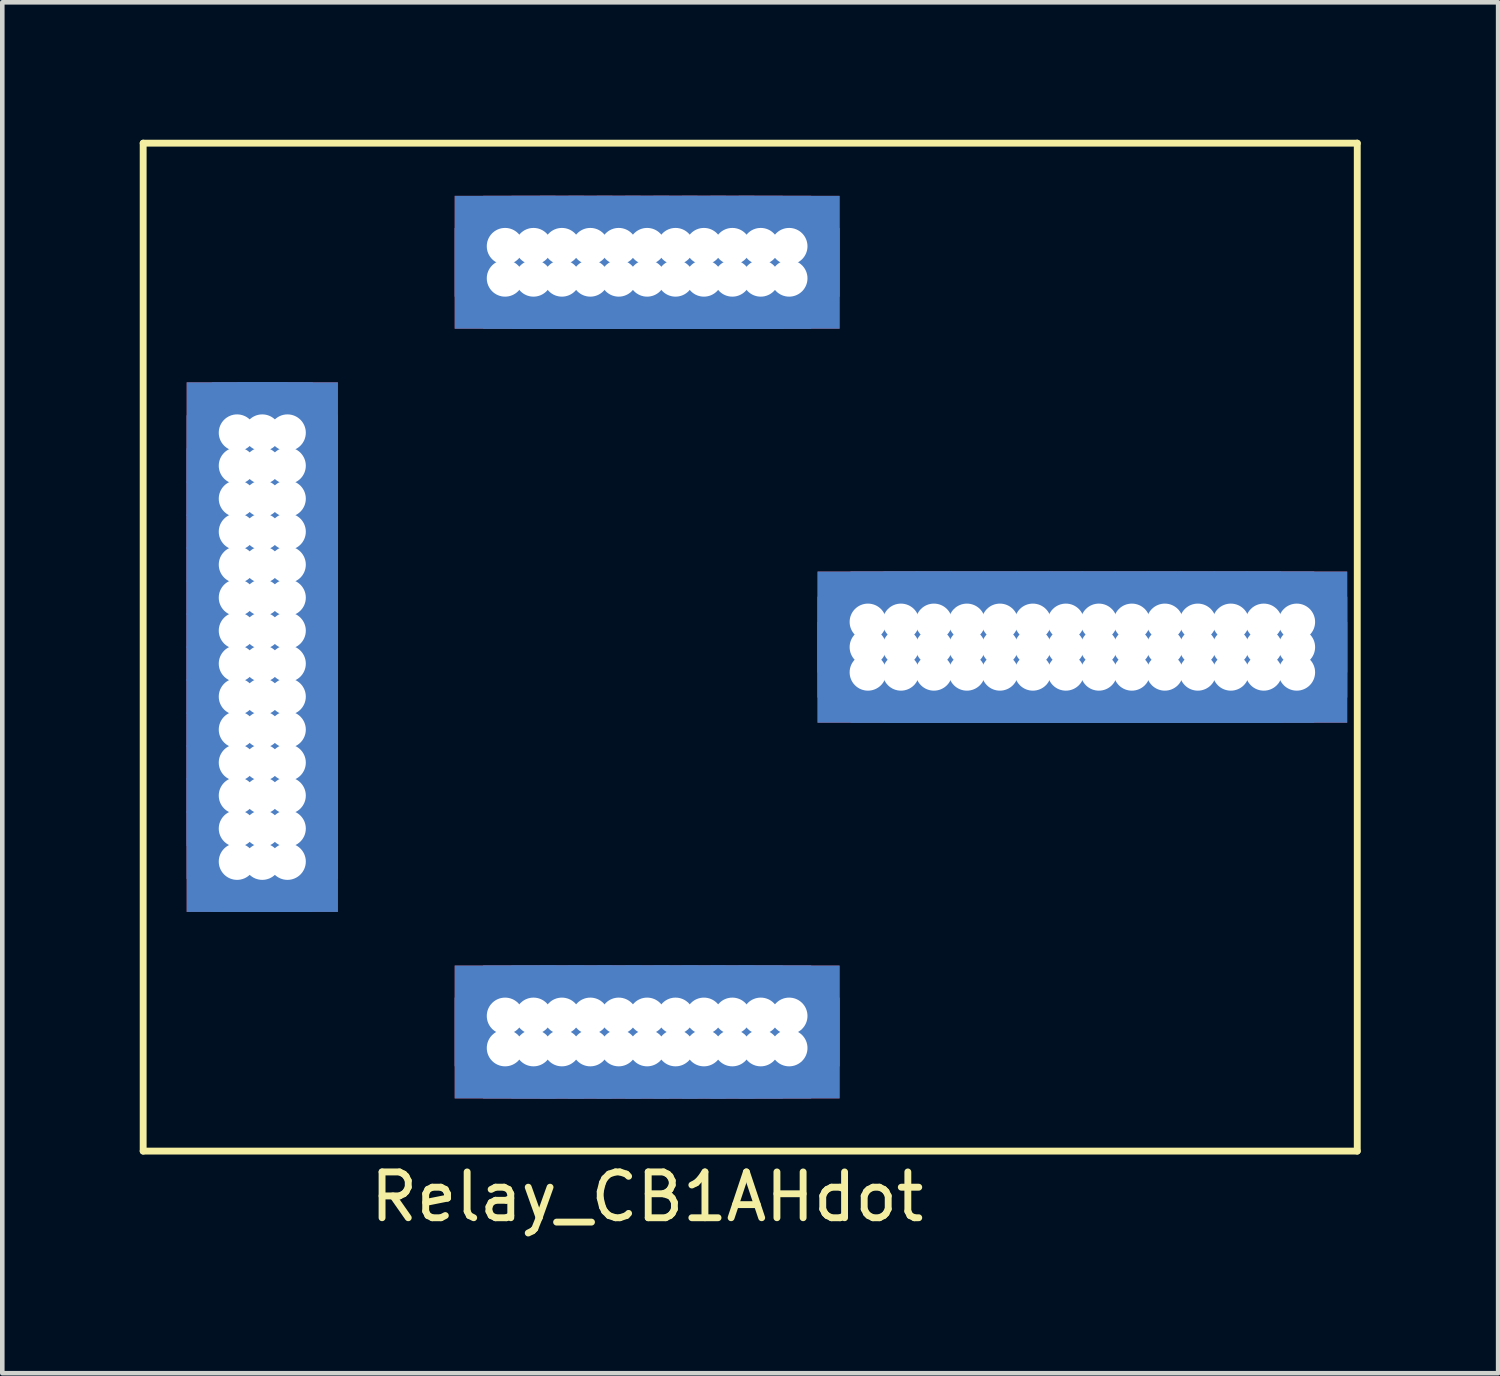
<source format=kicad_pcb>
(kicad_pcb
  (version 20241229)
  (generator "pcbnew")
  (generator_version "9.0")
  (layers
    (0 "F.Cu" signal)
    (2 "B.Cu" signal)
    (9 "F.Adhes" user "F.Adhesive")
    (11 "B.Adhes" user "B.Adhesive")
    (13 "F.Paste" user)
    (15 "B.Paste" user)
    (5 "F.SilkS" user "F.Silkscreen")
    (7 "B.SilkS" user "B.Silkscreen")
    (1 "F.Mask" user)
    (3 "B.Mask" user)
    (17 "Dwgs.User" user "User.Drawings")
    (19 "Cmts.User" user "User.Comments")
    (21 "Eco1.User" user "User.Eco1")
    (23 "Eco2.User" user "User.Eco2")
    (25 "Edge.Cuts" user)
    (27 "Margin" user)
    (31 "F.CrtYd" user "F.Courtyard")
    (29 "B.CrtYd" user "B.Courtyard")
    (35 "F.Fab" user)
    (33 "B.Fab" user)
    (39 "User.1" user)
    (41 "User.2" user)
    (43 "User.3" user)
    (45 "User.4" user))
  (footprint "Relay_CB1AHdot"
    (layer "F.Cu")
    (at 11.075 11.075)
    (property "Reference" "Relay_CB1AHdot" (at 0 12 0) (layer "F.SilkS") (effects (font (size 1 1) (thickness 0.15))))
    (attr through_hole)
    (fp_line (start -11 -11) (end 15.5 -11) (stroke (width 0.15) (type solid)) (layer "F.SilkS"))
    (fp_line (start -11 11) (end -11 -11) (stroke (width 0.15) (type solid)) (layer "F.SilkS"))
    (fp_line (start 15.5 -11) (end 15.5 11) (stroke (width 0.15) (type solid)) (layer "F.SilkS"))
    (fp_line (start 15.5 11) (end -11 11) (stroke (width 0.15) (type solid)) (layer "F.SilkS"))
    (pad "1" thru_hole rect (at -3.1 -8.75) (size 2.2 2.2) (drill 0.8) (layers "*.Cu" "*.Mask"))
    (pad "1" thru_hole rect (at -3.1 -8.05) (size 2.2 2.2) (drill 0.8) (layers "*.Cu" "*.Mask"))
    (pad "1" thru_hole rect (at -2.48 -8.75) (size 2.2 2.2) (drill 0.8) (layers "*.Cu" "*.Mask"))
    (pad "1" thru_hole rect (at -2.48 -8.05) (size 2.2 2.2) (drill 0.8) (layers "*.Cu" "*.Mask"))
    (pad "1" thru_hole rect (at -1.86 -8.75) (size 2.2 2.2) (drill 0.8) (layers "*.Cu" "*.Mask"))
    (pad "1" thru_hole rect (at -1.86 -8.05) (size 2.2 2.2) (drill 0.8) (layers "*.Cu" "*.Mask"))
    (pad "1" thru_hole rect (at -1.24 -8.75) (size 2.2 2.2) (drill 0.8) (layers "*.Cu" "*.Mask"))
    (pad "1" thru_hole rect (at -1.24 -8.05) (size 2.2 2.2) (drill 0.8) (layers "*.Cu" "*.Mask"))
    (pad "1" thru_hole rect (at -0.62 -8.75) (size 2.2 2.2) (drill 0.8) (layers "*.Cu" "*.Mask"))
    (pad "1" thru_hole rect (at -0.62 -8.05) (size 2.2 2.2) (drill 0.8) (layers "*.Cu" "*.Mask"))
    (pad "1" thru_hole rect (at 0 -8.75) (size 2.2 2.2) (drill 0.8) (layers "*.Cu" "*.Mask"))
    (pad "1" thru_hole rect (at 0 -8.05) (size 2.2 2.2) (drill 0.8) (layers "*.Cu" "*.Mask"))
    (pad "1" thru_hole rect (at 0.62 -8.75) (size 2.2 2.2) (drill 0.8) (layers "*.Cu" "*.Mask"))
    (pad "1" thru_hole rect (at 0.62 -8.05) (size 2.2 2.2) (drill 0.8) (layers "*.Cu" "*.Mask"))
    (pad "1" thru_hole rect (at 1.24 -8.75) (size 2.2 2.2) (drill 0.8) (layers "*.Cu" "*.Mask"))
    (pad "1" thru_hole rect (at 1.24 -8.05) (size 2.2 2.2) (drill 0.8) (layers "*.Cu" "*.Mask"))
    (pad "1" thru_hole rect (at 1.86 -8.75) (size 2.2 2.2) (drill 0.8) (layers "*.Cu" "*.Mask"))
    (pad "1" thru_hole rect (at 1.86 -8.05) (size 2.2 2.2) (drill 0.8) (layers "*.Cu" "*.Mask"))
    (pad "1" thru_hole rect (at 2.48 -8.75) (size 2.2 2.2) (drill 0.8) (layers "*.Cu" "*.Mask"))
    (pad "1" thru_hole rect (at 2.48 -8.05) (size 2.2 2.2) (drill 0.8) (layers "*.Cu" "*.Mask"))
    (pad "1" thru_hole rect (at 3.1 -8.75) (size 2.2 2.2) (drill 0.8) (layers "*.Cu" "*.Mask"))
    (pad "1" thru_hole rect (at 3.1 -8.05) (size 2.2 2.2) (drill 0.8) (layers "*.Cu" "*.Mask"))
    (pad "2" thru_hole rect (at -3.1 8.05) (size 2.2 2.2) (drill 0.8) (layers "*.Cu" "*.Mask"))
    (pad "2" thru_hole rect (at -3.1 8.75) (size 2.2 2.2) (drill 0.8) (layers "*.Cu" "*.Mask"))
    (pad "2" thru_hole rect (at -2.48 8.05) (size 2.2 2.2) (drill 0.8) (layers "*.Cu" "*.Mask"))
    (pad "2" thru_hole rect (at -2.48 8.75) (size 2.2 2.2) (drill 0.8) (layers "*.Cu" "*.Mask"))
    (pad "2" thru_hole rect (at -1.86 8.05) (size 2.2 2.2) (drill 0.8) (layers "*.Cu" "*.Mask"))
    (pad "2" thru_hole rect (at -1.86 8.75) (size 2.2 2.2) (drill 0.8) (layers "*.Cu" "*.Mask"))
    (pad "2" thru_hole rect (at -1.24 8.05) (size 2.2 2.2) (drill 0.8) (layers "*.Cu" "*.Mask"))
    (pad "2" thru_hole rect (at -1.24 8.75) (size 2.2 2.2) (drill 0.8) (layers "*.Cu" "*.Mask"))
    (pad "2" thru_hole rect (at -0.62 8.05) (size 2.2 2.2) (drill 0.8) (layers "*.Cu" "*.Mask"))
    (pad "2" thru_hole rect (at -0.62 8.75) (size 2.2 2.2) (drill 0.8) (layers "*.Cu" "*.Mask"))
    (pad "2" thru_hole rect (at 0 8.05) (size 2.2 2.2) (drill 0.8) (layers "*.Cu" "*.Mask"))
    (pad "2" thru_hole rect (at 0 8.75) (size 2.2 2.2) (drill 0.8) (layers "*.Cu" "*.Mask"))
    (pad "2" thru_hole rect (at 0.62 8.05) (size 2.2 2.2) (drill 0.8) (layers "*.Cu" "*.Mask"))
    (pad "2" thru_hole rect (at 0.62 8.75) (size 2.2 2.2) (drill 0.8) (layers "*.Cu" "*.Mask"))
    (pad "2" thru_hole rect (at 1.24 8.05) (size 2.2 2.2) (drill 0.8) (layers "*.Cu" "*.Mask"))
    (pad "2" thru_hole rect (at 1.24 8.75) (size 2.2 2.2) (drill 0.8) (layers "*.Cu" "*.Mask"))
    (pad "2" thru_hole rect (at 1.86 8.05) (size 2.2 2.2) (drill 0.8) (layers "*.Cu" "*.Mask"))
    (pad "2" thru_hole rect (at 1.86 8.75) (size 2.2 2.2) (drill 0.8) (layers "*.Cu" "*.Mask"))
    (pad "2" thru_hole rect (at 2.48 8.05) (size 2.2 2.2) (drill 0.8) (layers "*.Cu" "*.Mask"))
    (pad "2" thru_hole rect (at 2.48 8.75) (size 2.2 2.2) (drill 0.8) (layers "*.Cu" "*.Mask"))
    (pad "2" thru_hole rect (at 3.1 8.05) (size 2.2 2.2) (drill 0.8) (layers "*.Cu" "*.Mask"))
    (pad "2" thru_hole rect (at 3.1 8.75) (size 2.2 2.2) (drill 0.8) (layers "*.Cu" "*.Mask"))
    (pad "3" thru_hole rect (at -8.95 -4.68) (size 2.2 2.2) (drill 0.8) (layers "*.Cu" "*.Mask"))
    (pad "3" thru_hole rect (at -8.95 -3.96) (size 2.2 2.2) (drill 0.8) (layers "*.Cu" "*.Mask"))
    (pad "3" thru_hole rect (at -8.95 -3.24) (size 2.2 2.2) (drill 0.8) (layers "*.Cu" "*.Mask"))
    (pad "3" thru_hole rect (at -8.95 -2.52) (size 2.2 2.2) (drill 0.8) (layers "*.Cu" "*.Mask"))
    (pad "3" thru_hole rect (at -8.95 -1.8) (size 2.2 2.2) (drill 0.8) (layers "*.Cu" "*.Mask"))
    (pad "3" thru_hole rect (at -8.95 -1.08) (size 2.2 2.2) (drill 0.8) (layers "*.Cu" "*.Mask"))
    (pad "3" thru_hole rect (at -8.95 -0.36) (size 2.2 2.2) (drill 0.8) (layers "*.Cu" "*.Mask"))
    (pad "3" thru_hole rect (at -8.95 0.36) (size 2.2 2.2) (drill 0.8) (layers "*.Cu" "*.Mask"))
    (pad "3" thru_hole rect (at -8.95 1.08) (size 2.2 2.2) (drill 0.8) (layers "*.Cu" "*.Mask"))
    (pad "3" thru_hole rect (at -8.95 1.8) (size 2.2 2.2) (drill 0.8) (layers "*.Cu" "*.Mask"))
    (pad "3" thru_hole rect (at -8.95 2.52) (size 2.2 2.2) (drill 0.8) (layers "*.Cu" "*.Mask"))
    (pad "3" thru_hole rect (at -8.95 3.24) (size 2.2 2.2) (drill 0.8) (layers "*.Cu" "*.Mask"))
    (pad "3" thru_hole rect (at -8.95 3.96) (size 2.2 2.2) (drill 0.8) (layers "*.Cu" "*.Mask"))
    (pad "3" thru_hole rect (at -8.95 4.68) (size 2.2 2.2) (drill 0.8) (layers "*.Cu" "*.Mask"))
    (pad "3" thru_hole rect (at -8.4 -4.68) (size 2.2 2.2) (drill 0.8) (layers "*.Cu" "*.Mask"))
    (pad "3" thru_hole rect (at -8.4 -3.96) (size 2.2 2.2) (drill 0.8) (layers "*.Cu" "*.Mask"))
    (pad "3" thru_hole rect (at -8.4 -3.24) (size 2.2 2.2) (drill 0.8) (layers "*.Cu" "*.Mask"))
    (pad "3" thru_hole rect (at -8.4 -2.52) (size 2.2 2.2) (drill 0.8) (layers "*.Cu" "*.Mask"))
    (pad "3" thru_hole rect (at -8.4 -1.8) (size 2.2 2.2) (drill 0.8) (layers "*.Cu" "*.Mask"))
    (pad "3" thru_hole rect (at -8.4 -1.08) (size 2.2 2.2) (drill 0.8) (layers "*.Cu" "*.Mask"))
    (pad "3" thru_hole rect (at -8.4 -0.36) (size 2.2 2.2) (drill 0.8) (layers "*.Cu" "*.Mask"))
    (pad "3" thru_hole rect (at -8.4 0.36) (size 2.2 2.2) (drill 0.8) (layers "*.Cu" "*.Mask"))
    (pad "3" thru_hole rect (at -8.4 1.08) (size 2.2 2.2) (drill 0.8) (layers "*.Cu" "*.Mask"))
    (pad "3" thru_hole rect (at -8.4 1.8) (size 2.2 2.2) (drill 0.8) (layers "*.Cu" "*.Mask"))
    (pad "3" thru_hole rect (at -8.4 2.52) (size 2.2 2.2) (drill 0.8) (layers "*.Cu" "*.Mask"))
    (pad "3" thru_hole rect (at -8.4 3.24) (size 2.2 2.2) (drill 0.8) (layers "*.Cu" "*.Mask"))
    (pad "3" thru_hole rect (at -8.4 3.96) (size 2.2 2.2) (drill 0.8) (layers "*.Cu" "*.Mask"))
    (pad "3" thru_hole rect (at -8.4 4.68) (size 2.2 2.2) (drill 0.8) (layers "*.Cu" "*.Mask"))
    (pad "3" thru_hole rect (at -7.85 -4.68) (size 2.2 2.2) (drill 0.8) (layers "*.Cu" "*.Mask"))
    (pad "3" thru_hole rect (at -7.85 -3.96) (size 2.2 2.2) (drill 0.8) (layers "*.Cu" "*.Mask"))
    (pad "3" thru_hole rect (at -7.85 -3.24) (size 2.2 2.2) (drill 0.8) (layers "*.Cu" "*.Mask"))
    (pad "3" thru_hole rect (at -7.85 -2.52) (size 2.2 2.2) (drill 0.8) (layers "*.Cu" "*.Mask"))
    (pad "3" thru_hole rect (at -7.85 -1.8) (size 2.2 2.2) (drill 0.8) (layers "*.Cu" "*.Mask"))
    (pad "3" thru_hole rect (at -7.85 -1.08) (size 2.2 2.2) (drill 0.8) (layers "*.Cu" "*.Mask"))
    (pad "3" thru_hole rect (at -7.85 -0.36) (size 2.2 2.2) (drill 0.8) (layers "*.Cu" "*.Mask"))
    (pad "3" thru_hole rect (at -7.85 0.36) (size 2.2 2.2) (drill 0.8) (layers "*.Cu" "*.Mask"))
    (pad "3" thru_hole rect (at -7.85 1.08) (size 2.2 2.2) (drill 0.8) (layers "*.Cu" "*.Mask"))
    (pad "3" thru_hole rect (at -7.85 1.8) (size 2.2 2.2) (drill 0.8) (layers "*.Cu" "*.Mask"))
    (pad "3" thru_hole rect (at -7.85 2.52) (size 2.2 2.2) (drill 0.8) (layers "*.Cu" "*.Mask"))
    (pad "3" thru_hole rect (at -7.85 3.24) (size 2.2 2.2) (drill 0.8) (layers "*.Cu" "*.Mask"))
    (pad "3" thru_hole rect (at -7.85 3.96) (size 2.2 2.2) (drill 0.8) (layers "*.Cu" "*.Mask"))
    (pad "3" thru_hole rect (at -7.85 4.68) (size 2.2 2.2) (drill 0.8) (layers "*.Cu" "*.Mask"))
    (pad "4" thru_hole rect (at 4.82 -0.55) (size 2.2 2.2) (drill 0.8) (layers "*.Cu" "*.Mask"))
    (pad "4" thru_hole rect (at 4.82 0) (size 2.2 2.2) (drill 0.8) (layers "*.Cu" "*.Mask"))
    (pad "4" thru_hole rect (at 4.82 0.55) (size 2.2 2.2) (drill 0.8) (layers "*.Cu" "*.Mask"))
    (pad "4" thru_hole rect (at 5.54 -0.55) (size 2.2 2.2) (drill 0.8) (layers "*.Cu" "*.Mask"))
    (pad "4" thru_hole rect (at 5.54 0) (size 2.2 2.2) (drill 0.8) (layers "*.Cu" "*.Mask"))
    (pad "4" thru_hole rect (at 5.54 0.55) (size 2.2 2.2) (drill 0.8) (layers "*.Cu" "*.Mask"))
    (pad "4" thru_hole rect (at 6.26 -0.55) (size 2.2 2.2) (drill 0.8) (layers "*.Cu" "*.Mask"))
    (pad "4" thru_hole rect (at 6.26 0) (size 2.2 2.2) (drill 0.8) (layers "*.Cu" "*.Mask"))
    (pad "4" thru_hole rect (at 6.26 0.55) (size 2.2 2.2) (drill 0.8) (layers "*.Cu" "*.Mask"))
    (pad "4" thru_hole rect (at 6.98 -0.55) (size 2.2 2.2) (drill 0.8) (layers "*.Cu" "*.Mask"))
    (pad "4" thru_hole rect (at 6.98 0) (size 2.2 2.2) (drill 0.8) (layers "*.Cu" "*.Mask"))
    (pad "4" thru_hole rect (at 6.98 0.55) (size 2.2 2.2) (drill 0.8) (layers "*.Cu" "*.Mask"))
    (pad "4" thru_hole rect (at 7.7 -0.55) (size 2.2 2.2) (drill 0.8) (layers "*.Cu" "*.Mask"))
    (pad "4" thru_hole rect (at 7.7 0) (size 2.2 2.2) (drill 0.8) (layers "*.Cu" "*.Mask"))
    (pad "4" thru_hole rect (at 7.7 0.55) (size 2.2 2.2) (drill 0.8) (layers "*.Cu" "*.Mask"))
    (pad "4" thru_hole rect (at 8.42 -0.55) (size 2.2 2.2) (drill 0.8) (layers "*.Cu" "*.Mask"))
    (pad "4" thru_hole rect (at 8.42 0) (size 2.2 2.2) (drill 0.8) (layers "*.Cu" "*.Mask"))
    (pad "4" thru_hole rect (at 8.42 0.55) (size 2.2 2.2) (drill 0.8) (layers "*.Cu" "*.Mask"))
    (pad "4" thru_hole rect (at 9.14 -0.55) (size 2.2 2.2) (drill 0.8) (layers "*.Cu" "*.Mask"))
    (pad "4" thru_hole rect (at 9.14 0) (size 2.2 2.2) (drill 0.8) (layers "*.Cu" "*.Mask"))
    (pad "4" thru_hole rect (at 9.14 0.55) (size 2.2 2.2) (drill 0.8) (layers "*.Cu" "*.Mask"))
    (pad "4" thru_hole rect (at 9.86 -0.55) (size 2.2 2.2) (drill 0.8) (layers "*.Cu" "*.Mask"))
    (pad "4" thru_hole rect (at 9.86 0) (size 2.2 2.2) (drill 0.8) (layers "*.Cu" "*.Mask"))
    (pad "4" thru_hole rect (at 9.86 0.55) (size 2.2 2.2) (drill 0.8) (layers "*.Cu" "*.Mask"))
    (pad "4" thru_hole rect (at 10.58 -0.55) (size 2.2 2.2) (drill 0.8) (layers "*.Cu" "*.Mask"))
    (pad "4" thru_hole rect (at 10.58 0) (size 2.2 2.2) (drill 0.8) (layers "*.Cu" "*.Mask"))
    (pad "4" thru_hole rect (at 10.58 0.55) (size 2.2 2.2) (drill 0.8) (layers "*.Cu" "*.Mask"))
    (pad "4" thru_hole rect (at 11.3 -0.55) (size 2.2 2.2) (drill 0.8) (layers "*.Cu" "*.Mask"))
    (pad "4" thru_hole rect (at 11.3 0) (size 2.2 2.2) (drill 0.8) (layers "*.Cu" "*.Mask"))
    (pad "4" thru_hole rect (at 11.3 0.55) (size 2.2 2.2) (drill 0.8) (layers "*.Cu" "*.Mask"))
    (pad "4" thru_hole rect (at 12.02 -0.55) (size 2.2 2.2) (drill 0.8) (layers "*.Cu" "*.Mask"))
    (pad "4" thru_hole rect (at 12.02 0) (size 2.2 2.2) (drill 0.8) (layers "*.Cu" "*.Mask"))
    (pad "4" thru_hole rect (at 12.02 0.55) (size 2.2 2.2) (drill 0.8) (layers "*.Cu" "*.Mask"))
    (pad "4" thru_hole rect (at 12.74 -0.55) (size 2.2 2.2) (drill 0.8) (layers "*.Cu" "*.Mask"))
    (pad "4" thru_hole rect (at 12.74 0) (size 2.2 2.2) (drill 0.8) (layers "*.Cu" "*.Mask"))
    (pad "4" thru_hole rect (at 12.74 0.55) (size 2.2 2.2) (drill 0.8) (layers "*.Cu" "*.Mask"))
    (pad "4" thru_hole rect (at 13.46 -0.55) (size 2.2 2.2) (drill 0.8) (layers "*.Cu" "*.Mask"))
    (pad "4" thru_hole rect (at 13.46 0) (size 2.2 2.2) (drill 0.8) (layers "*.Cu" "*.Mask"))
    (pad "4" thru_hole rect (at 13.46 0.55) (size 2.2 2.2) (drill 0.8) (layers "*.Cu" "*.Mask"))
    (pad "4" thru_hole rect (at 14.18 -0.55) (size 2.2 2.2) (drill 0.8) (layers "*.Cu" "*.Mask"))
    (pad "4" thru_hole rect (at 14.18 0) (size 2.2 2.2) (drill 0.8) (layers "*.Cu" "*.Mask"))
    (pad "4" thru_hole rect (at 14.18 0.55) (size 2.2 2.2) (drill 0.8) (layers "*.Cu" "*.Mask")))
  (gr_rect
    (start -3 -3)
    (end 29.65 26.923)
    (stroke (width 0.1) (type default))
    (fill no)
    (layer "Edge.Cuts")))
</source>
